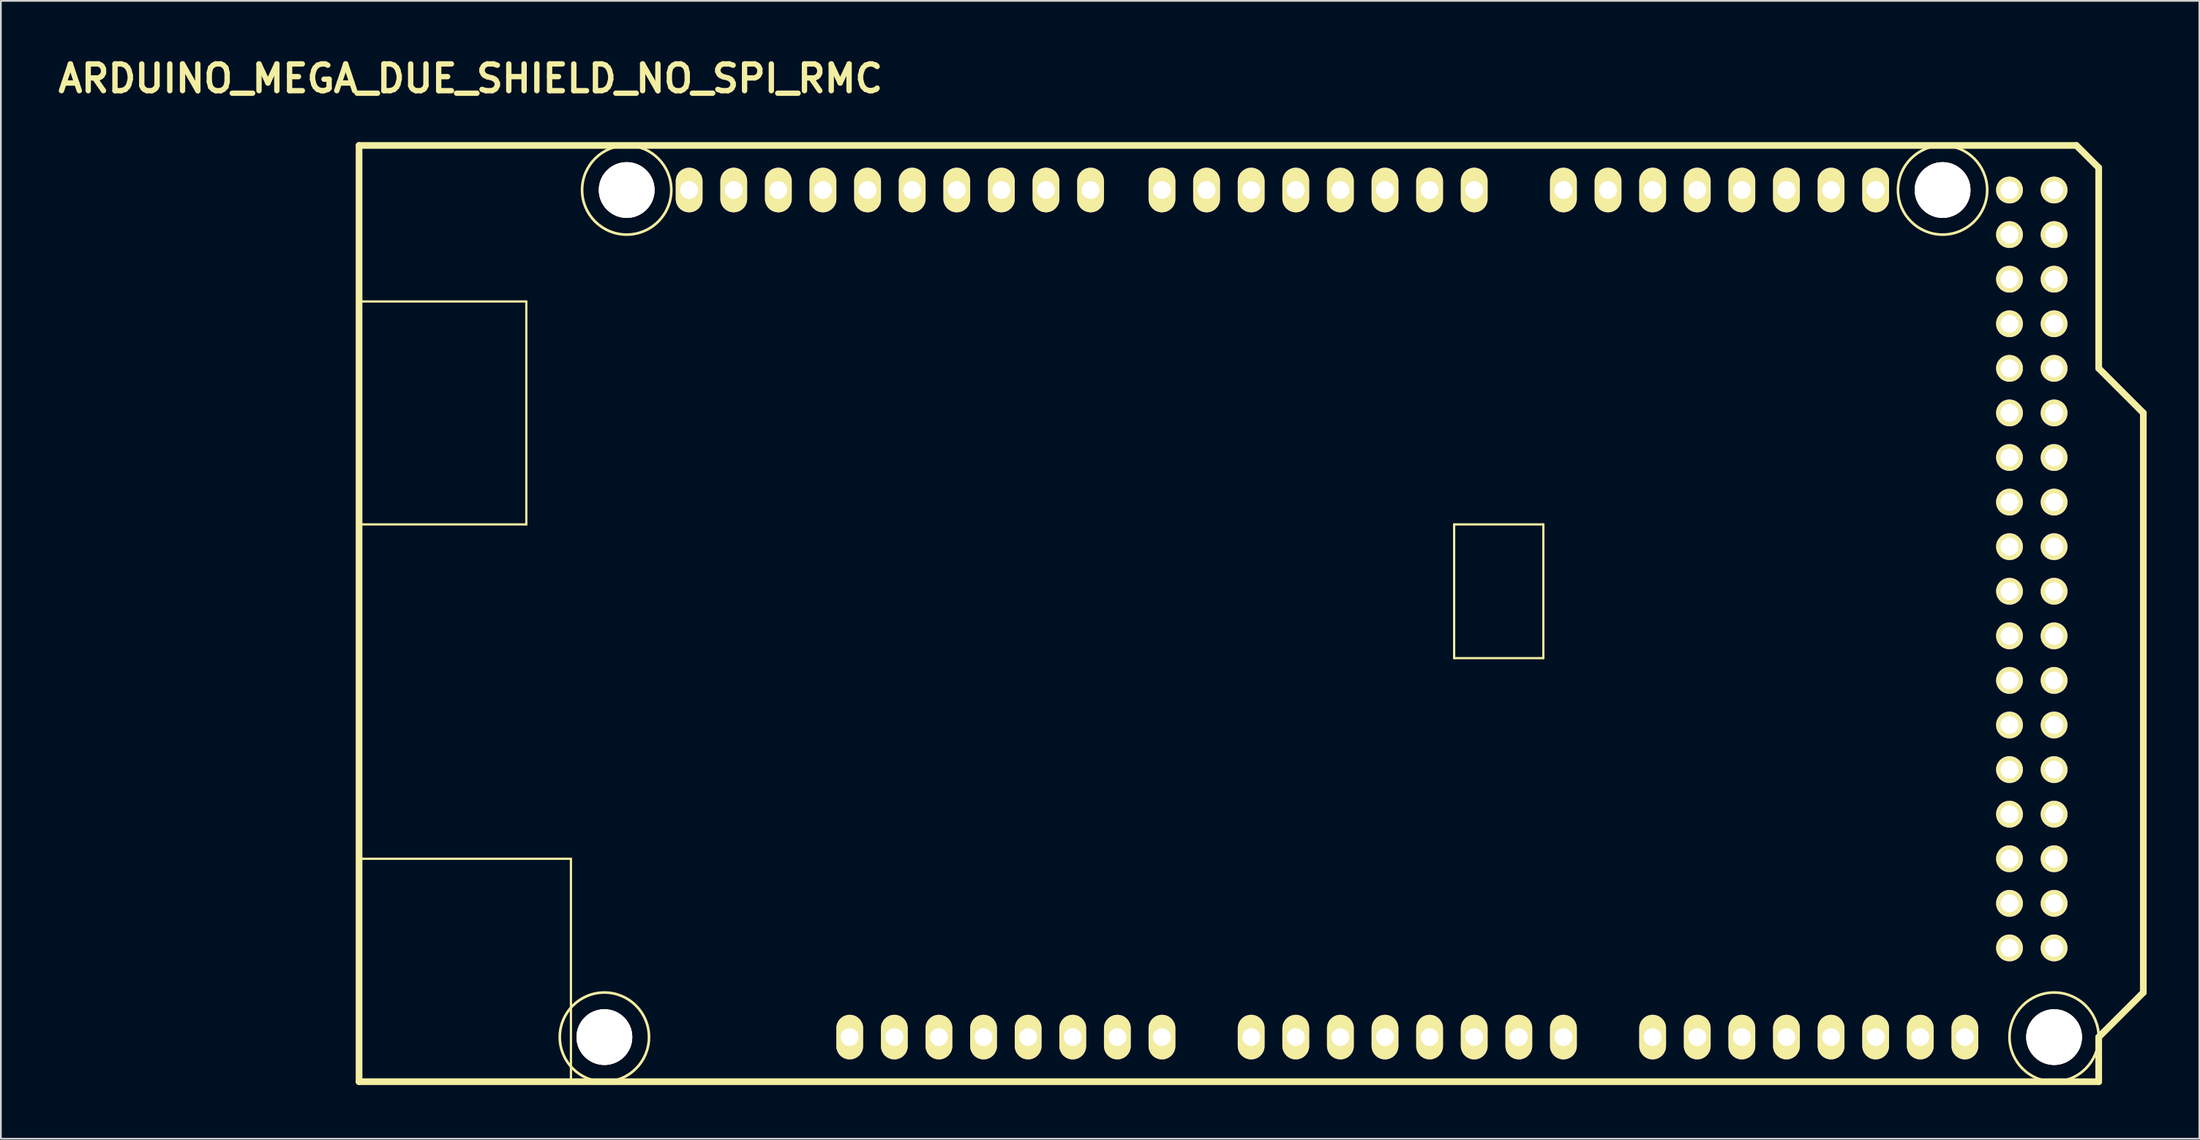
<source format=kicad_pcb>
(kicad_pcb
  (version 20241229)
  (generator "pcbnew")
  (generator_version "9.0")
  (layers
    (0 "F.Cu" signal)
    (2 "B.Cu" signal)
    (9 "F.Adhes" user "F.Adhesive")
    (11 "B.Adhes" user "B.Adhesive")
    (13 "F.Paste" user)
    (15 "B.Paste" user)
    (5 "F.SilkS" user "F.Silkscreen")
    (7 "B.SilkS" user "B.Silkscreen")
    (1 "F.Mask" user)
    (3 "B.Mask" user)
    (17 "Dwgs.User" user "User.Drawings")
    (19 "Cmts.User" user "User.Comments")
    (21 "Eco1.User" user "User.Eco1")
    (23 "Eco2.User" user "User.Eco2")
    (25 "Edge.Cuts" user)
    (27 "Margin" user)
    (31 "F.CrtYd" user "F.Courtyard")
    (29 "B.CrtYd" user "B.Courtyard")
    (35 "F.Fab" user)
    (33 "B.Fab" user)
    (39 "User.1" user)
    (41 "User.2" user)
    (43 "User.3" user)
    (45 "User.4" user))
  (footprint "ARDUINO_MEGA_DUE_SHIELD_NO_SPI_RMC"
    (layer "F.Cu")
    (at 17.395 58.576)
    (property "Reference" "ARDUINO_MEGA_DUE_SHIELD_NO_SPI_RMC" (at 6.35 -57.15 0) (layer "F.SilkS") (effects (font (size 1.524 1.524) (thickness 0.305))))
    (attr through_hole)
    (fp_line (start 0 -44.45) (end 9.525 -44.45) (stroke (width 0.127) (type solid)) (layer "F.SilkS"))
    (fp_line (start 0 -12.7) (end 12.065 -12.7) (stroke (width 0.127) (type solid)) (layer "F.SilkS"))
    (fp_line (start 0 0) (end 0 -53.34) (stroke (width 0.381) (type solid)) (layer "F.SilkS"))
    (fp_line (start 9.525 -44.45) (end 9.525 -31.75) (stroke (width 0.127) (type solid)) (layer "F.SilkS"))
    (fp_line (start 9.525 -31.75) (end 0 -31.75) (stroke (width 0.127) (type solid)) (layer "F.SilkS"))
    (fp_line (start 12.065 -12.7) (end 12.065 0) (stroke (width 0.127) (type solid)) (layer "F.SilkS"))
    (fp_line (start 62.357 -31.75) (end 62.357 -24.13) (stroke (width 0.127) (type solid)) (layer "F.SilkS"))
    (fp_line (start 62.357 -24.13) (end 67.437 -24.13) (stroke (width 0.127) (type solid)) (layer "F.SilkS"))
    (fp_line (start 67.437 -31.75) (end 62.357 -31.75) (stroke (width 0.127) (type solid)) (layer "F.SilkS"))
    (fp_line (start 67.437 -24.13) (end 67.437 -31.75) (stroke (width 0.127) (type solid)) (layer "F.SilkS"))
    (fp_line (start 97.79 -53.34) (end 0 -53.34) (stroke (width 0.381) (type solid)) (layer "F.SilkS"))
    (fp_line (start 99.06 -52.07) (end 97.79 -53.34) (stroke (width 0.381) (type solid)) (layer "F.SilkS"))
    (fp_line (start 99.06 -40.64) (end 99.06 -52.07) (stroke (width 0.381) (type solid)) (layer "F.SilkS"))
    (fp_line (start 99.06 -40.64) (end 101.6 -38.1) (stroke (width 0.381) (type solid)) (layer "F.SilkS"))
    (fp_line (start 99.06 -2.54) (end 99.06 0) (stroke (width 0.381) (type solid)) (layer "F.SilkS"))
    (fp_line (start 99.06 0) (end 0 0) (stroke (width 0.381) (type solid)) (layer "F.SilkS"))
    (fp_line (start 101.6 -38.1) (end 101.6 -5.08) (stroke (width 0.381) (type solid)) (layer "F.SilkS"))
    (fp_line (start 101.6 -5.08) (end 99.06 -2.54) (stroke (width 0.381) (type solid)) (layer "F.SilkS"))
    (fp_circle (center 13.97 -2.54) (end 16.51 -2.54) (stroke (width 0.15) (type solid)) (fill no) (layer "F.SilkS"))
    (fp_circle (center 15.24 -50.8) (end 17.78 -50.8) (stroke (width 0.15) (type solid)) (fill no) (layer "F.SilkS"))
    (fp_circle (center 90.17 -50.8) (end 92.71 -50.8) (stroke (width 0.15) (type solid)) (fill no) (layer "F.SilkS"))
    (fp_circle (center 96.52 -2.54) (end 99.06 -2.54) (stroke (width 0.15) (type solid)) (fill no) (layer "F.SilkS"))
    (pad "" thru_hole circle (at 13.97 -2.54 90) (size 3.175 3.175) (drill 3.175) (layers "*.Cu" "*.Mask" "F.SilkS"))
    (pad "" thru_hole circle (at 15.24 -50.8 90) (size 3.175 3.175) (drill 3.175) (layers "*.Cu" "*.Mask" "F.SilkS"))
    (pad "" thru_hole circle (at 90.17 -50.8 90) (size 3.175 3.175) (drill 3.175) (layers "*.Cu" "*.Mask" "F.SilkS"))
    (pad "" thru_hole circle (at 96.52 -2.54 90) (size 3.175 3.175) (drill 3.175) (layers "*.Cu" "*.Mask" "F.SilkS"))
    (pad "0" thru_hole oval (at 63.5 -50.8 90) (size 2.54 1.524) (drill 1.016) (layers "*.Cu" "*.Mask" "F.SilkS"))
    (pad "1" thru_hole oval (at 60.96 -50.8 90) (size 2.54 1.524) (drill 1.016) (layers "*.Cu" "*.Mask" "F.SilkS"))
    (pad "2" thru_hole oval (at 58.42 -50.8 90) (size 2.54 1.524) (drill 1.016) (layers "*.Cu" "*.Mask" "F.SilkS"))
    (pad "3" thru_hole oval (at 55.88 -50.8 90) (size 2.54 1.524) (drill 1.016) (layers "*.Cu" "*.Mask" "F.SilkS"))
    (pad "3V3" thru_hole oval (at 35.56 -2.54 90) (size 2.54 1.524) (drill 1.016) (layers "*.Cu" "*.Mask" "F.SilkS"))
    (pad "4" thru_hole oval (at 53.34 -50.8 90) (size 2.54 1.524) (drill 1.016) (layers "*.Cu" "*.Mask" "F.SilkS"))
    (pad "5" thru_hole oval (at 50.8 -50.8 90) (size 2.54 1.524) (drill 1.016) (layers "*.Cu" "*.Mask" "F.SilkS"))
    (pad "5V" thru_hole oval (at 38.1 -2.54 90) (size 2.54 1.524) (drill 1.016) (layers "*.Cu" "*.Mask" "F.SilkS"))
    (pad "5V_4" thru_hole circle (at 93.98 -50.8) (size 1.524 1.524) (drill 1.016) (layers "*.Cu" "*.Mask" "F.SilkS"))
    (pad "5V_5" thru_hole circle (at 96.52 -50.8) (size 1.524 1.524) (drill 1.016) (layers "*.Cu" "*.Mask" "F.SilkS"))
    (pad "6" thru_hole oval (at 48.26 -50.8 90) (size 2.54 1.524) (drill 1.016) (layers "*.Cu" "*.Mask" "F.SilkS"))
    (pad "7" thru_hole oval (at 45.72 -50.8 90) (size 2.54 1.524) (drill 1.016) (layers "*.Cu" "*.Mask" "F.SilkS"))
    (pad "8" thru_hole oval (at 41.656 -50.8 90) (size 2.54 1.524) (drill 1.016) (layers "*.Cu" "*.Mask" "F.SilkS"))
    (pad "9" thru_hole oval (at 39.116 -50.8 90) (size 2.54 1.524) (drill 1.016) (layers "*.Cu" "*.Mask" "F.SilkS"))
    (pad "10" thru_hole oval (at 36.576 -50.8 90) (size 2.54 1.524) (drill 1.016) (layers "*.Cu" "*.Mask" "F.SilkS"))
    (pad "11" thru_hole oval (at 34.036 -50.8 90) (size 2.54 1.524) (drill 1.016) (layers "*.Cu" "*.Mask" "F.SilkS"))
    (pad "12" thru_hole oval (at 31.496 -50.8 90) (size 2.54 1.524) (drill 1.016) (layers "*.Cu" "*.Mask" "F.SilkS"))
    (pad "13" thru_hole oval (at 28.956 -50.8 90) (size 2.54 1.524) (drill 1.016) (layers "*.Cu" "*.Mask" "F.SilkS"))
    (pad "14" thru_hole oval (at 68.58 -50.8 90) (size 2.54 1.524) (drill 1.016) (layers "*.Cu" "*.Mask" "F.SilkS"))
    (pad "15" thru_hole oval (at 71.12 -50.8 90) (size 2.54 1.524) (drill 1.016) (layers "*.Cu" "*.Mask" "F.SilkS"))
    (pad "16" thru_hole oval (at 73.66 -50.8 90) (size 2.54 1.524) (drill 1.016) (layers "*.Cu" "*.Mask" "F.SilkS"))
    (pad "17" thru_hole oval (at 76.2 -50.8 90) (size 2.54 1.524) (drill 1.016) (layers "*.Cu" "*.Mask" "F.SilkS"))
    (pad "18" thru_hole oval (at 78.74 -50.8 90) (size 2.54 1.524) (drill 1.016) (layers "*.Cu" "*.Mask" "F.SilkS"))
    (pad "19" thru_hole oval (at 81.28 -50.8 90) (size 2.54 1.524) (drill 1.016) (layers "*.Cu" "*.Mask" "F.SilkS"))
    (pad "20" thru_hole oval (at 83.82 -50.8 90) (size 2.54 1.524) (drill 1.016) (layers "*.Cu" "*.Mask" "F.SilkS"))
    (pad "21" thru_hole oval (at 86.36 -50.8 90) (size 2.54 1.524) (drill 1.016) (layers "*.Cu" "*.Mask" "F.SilkS"))
    (pad "22" thru_hole circle (at 93.98 -48.26) (size 1.524 1.524) (drill 1.016) (layers "*.Cu" "*.Mask" "F.SilkS"))
    (pad "23" thru_hole circle (at 96.52 -48.26) (size 1.524 1.524) (drill 1.016) (layers "*.Cu" "*.Mask" "F.SilkS"))
    (pad "24" thru_hole circle (at 93.98 -45.72) (size 1.524 1.524) (drill 1.016) (layers "*.Cu" "*.Mask" "F.SilkS"))
    (pad "25" thru_hole circle (at 96.52 -45.72) (size 1.524 1.524) (drill 1.016) (layers "*.Cu" "*.Mask" "F.SilkS"))
    (pad "26" thru_hole circle (at 93.98 -43.18) (size 1.524 1.524) (drill 1.016) (layers "*.Cu" "*.Mask" "F.SilkS"))
    (pad "27" thru_hole circle (at 96.52 -43.18) (size 1.524 1.524) (drill 1.016) (layers "*.Cu" "*.Mask" "F.SilkS"))
    (pad "28" thru_hole circle (at 93.98 -40.64) (size 1.524 1.524) (drill 1.016) (layers "*.Cu" "*.Mask" "F.SilkS"))
    (pad "29" thru_hole circle (at 96.52 -40.64) (size 1.524 1.524) (drill 1.016) (layers "*.Cu" "*.Mask" "F.SilkS"))
    (pad "30" thru_hole circle (at 93.98 -38.1) (size 1.524 1.524) (drill 1.016) (layers "*.Cu" "*.Mask" "F.SilkS"))
    (pad "31" thru_hole circle (at 96.52 -38.1) (size 1.524 1.524) (drill 1.016) (layers "*.Cu" "*.Mask" "F.SilkS"))
    (pad "32" thru_hole circle (at 93.98 -35.56) (size 1.524 1.524) (drill 1.016) (layers "*.Cu" "*.Mask" "F.SilkS"))
    (pad "33" thru_hole circle (at 96.52 -35.56) (size 1.524 1.524) (drill 1.016) (layers "*.Cu" "*.Mask" "F.SilkS"))
    (pad "34" thru_hole circle (at 93.98 -33.02) (size 1.524 1.524) (drill 1.016) (layers "*.Cu" "*.Mask" "F.SilkS"))
    (pad "35" thru_hole circle (at 96.52 -33.02) (size 1.524 1.524) (drill 1.016) (layers "*.Cu" "*.Mask" "F.SilkS"))
    (pad "36" thru_hole circle (at 93.98 -30.48) (size 1.524 1.524) (drill 1.016) (layers "*.Cu" "*.Mask" "F.SilkS"))
    (pad "37" thru_hole circle (at 96.52 -30.48) (size 1.524 1.524) (drill 1.016) (layers "*.Cu" "*.Mask" "F.SilkS"))
    (pad "38" thru_hole circle (at 93.98 -27.94) (size 1.524 1.524) (drill 1.016) (layers "*.Cu" "*.Mask" "F.SilkS"))
    (pad "39" thru_hole circle (at 96.52 -27.94) (size 1.524 1.524) (drill 1.016) (layers "*.Cu" "*.Mask" "F.SilkS"))
    (pad "40" thru_hole circle (at 93.98 -25.4) (size 1.524 1.524) (drill 1.016) (layers "*.Cu" "*.Mask" "F.SilkS"))
    (pad "41" thru_hole circle (at 96.52 -25.4) (size 1.524 1.524) (drill 1.016) (layers "*.Cu" "*.Mask" "F.SilkS"))
    (pad "42" thru_hole circle (at 93.98 -22.86) (size 1.524 1.524) (drill 1.016) (layers "*.Cu" "*.Mask" "F.SilkS"))
    (pad "43" thru_hole circle (at 96.52 -22.86) (size 1.524 1.524) (drill 1.016) (layers "*.Cu" "*.Mask" "F.SilkS"))
    (pad "44" thru_hole circle (at 93.98 -20.32) (size 1.524 1.524) (drill 1.016) (layers "*.Cu" "*.Mask" "F.SilkS"))
    (pad "45" thru_hole circle (at 96.52 -20.32) (size 1.524 1.524) (drill 1.016) (layers "*.Cu" "*.Mask" "F.SilkS"))
    (pad "46" thru_hole circle (at 93.98 -17.78) (size 1.524 1.524) (drill 1.016) (layers "*.Cu" "*.Mask" "F.SilkS"))
    (pad "47" thru_hole circle (at 96.52 -17.78) (size 1.524 1.524) (drill 1.016) (layers "*.Cu" "*.Mask" "F.SilkS"))
    (pad "48" thru_hole circle (at 93.98 -15.24) (size 1.524 1.524) (drill 1.016) (layers "*.Cu" "*.Mask" "F.SilkS"))
    (pad "49" thru_hole circle (at 96.52 -15.24) (size 1.524 1.524) (drill 1.016) (layers "*.Cu" "*.Mask" "F.SilkS"))
    (pad "50" thru_hole circle (at 93.98 -12.7) (size 1.524 1.524) (drill 1.016) (layers "*.Cu" "*.Mask" "F.SilkS"))
    (pad "51" thru_hole circle (at 96.52 -12.7) (size 1.524 1.524) (drill 1.016) (layers "*.Cu" "*.Mask" "F.SilkS"))
    (pad "52" thru_hole circle (at 93.98 -10.16) (size 1.524 1.524) (drill 1.016) (layers "*.Cu" "*.Mask" "F.SilkS"))
    (pad "53" thru_hole circle (at 96.52 -10.16) (size 1.524 1.524) (drill 1.016) (layers "*.Cu" "*.Mask" "F.SilkS"))
    (pad "AD0" thru_hole oval (at 50.8 -2.54 90) (size 2.54 1.524) (drill 1.016) (layers "*.Cu" "*.Mask" "F.SilkS"))
    (pad "AD1" thru_hole oval (at 53.34 -2.54 90) (size 2.54 1.524) (drill 1.016) (layers "*.Cu" "*.Mask" "F.SilkS"))
    (pad "AD2" thru_hole oval (at 55.88 -2.54 90) (size 2.54 1.524) (drill 1.016) (layers "*.Cu" "*.Mask" "F.SilkS"))
    (pad "AD3" thru_hole oval (at 58.42 -2.54 90) (size 2.54 1.524) (drill 1.016) (layers "*.Cu" "*.Mask" "F.SilkS"))
    (pad "AD4" thru_hole oval (at 60.96 -2.54 90) (size 2.54 1.524) (drill 1.016) (layers "*.Cu" "*.Mask" "F.SilkS"))
    (pad "AD5" thru_hole oval (at 63.5 -2.54 90) (size 2.54 1.524) (drill 1.016) (layers "*.Cu" "*.Mask" "F.SilkS"))
    (pad "AD6" thru_hole oval (at 66.04 -2.54 90) (size 2.54 1.524) (drill 1.016) (layers "*.Cu" "*.Mask" "F.SilkS"))
    (pad "AD7" thru_hole oval (at 68.58 -2.54 90) (size 2.54 1.524) (drill 1.016) (layers "*.Cu" "*.Mask" "F.SilkS"))
    (pad "AD8" thru_hole oval (at 73.66 -2.54 90) (size 2.54 1.524) (drill 1.016) (layers "*.Cu" "*.Mask" "F.SilkS"))
    (pad "AD9" thru_hole oval (at 76.2 -2.54 90) (size 2.54 1.524) (drill 1.016) (layers "*.Cu" "*.Mask" "F.SilkS"))
    (pad "AD10" thru_hole oval (at 78.74 -2.54 90) (size 2.54 1.524) (drill 1.016) (layers "*.Cu" "*.Mask" "F.SilkS"))
    (pad "AD11" thru_hole oval (at 81.28 -2.54 90) (size 2.54 1.524) (drill 1.016) (layers "*.Cu" "*.Mask" "F.SilkS"))
    (pad "AD12" thru_hole oval (at 83.82 -2.54 90) (size 2.54 1.524) (drill 1.016) (layers "*.Cu" "*.Mask" "F.SilkS"))
    (pad "AD13" thru_hole oval (at 86.36 -2.54 90) (size 2.54 1.524) (drill 1.016) (layers "*.Cu" "*.Mask" "F.SilkS"))
    (pad "AD14" thru_hole oval (at 88.9 -2.54 90) (size 2.54 1.524) (drill 1.016) (layers "*.Cu" "*.Mask" "F.SilkS"))
    (pad "AD15" thru_hole oval (at 91.44 -2.54 90) (size 2.54 1.524) (drill 1.016) (layers "*.Cu" "*.Mask" "F.SilkS"))
    (pad "AREF" thru_hole oval (at 23.876 -50.8 90) (size 2.54 1.524) (drill 1.016) (layers "*.Cu" "*.Mask" "F.SilkS"))
    (pad "GND1" thru_hole oval (at 40.64 -2.54 90) (size 2.54 1.524) (drill 1.016) (layers "*.Cu" "*.Mask" "F.SilkS"))
    (pad "GND2" thru_hole oval (at 43.18 -2.54 90) (size 2.54 1.524) (drill 1.016) (layers "*.Cu" "*.Mask" "F.SilkS"))
    (pad "GND3" thru_hole oval (at 26.416 -50.8 90) (size 2.54 1.524) (drill 1.016) (layers "*.Cu" "*.Mask" "F.SilkS"))
    (pad "GND4" thru_hole circle (at 93.98 -7.62) (size 1.524 1.524) (drill 1.016) (layers "*.Cu" "*.Mask" "F.SilkS"))
    (pad "GND5" thru_hole circle (at 96.52 -7.62) (size 1.524 1.524) (drill 1.016) (layers "*.Cu" "*.Mask" "F.SilkS"))
    (pad "IORF" thru_hole oval (at 30.48 -2.54 90) (size 2.54 1.524) (drill 1.016) (layers "*.Cu" "*.Mask" "F.SilkS"))
    (pad "NC1" thru_hole oval (at 27.94 -2.54 90) (size 2.54 1.524) (drill 1.016) (layers "*.Cu" "*.Mask" "F.SilkS"))
    (pad "RST" thru_hole oval (at 33.02 -2.54 90) (size 2.54 1.524) (drill 1.016) (layers "*.Cu" "*.Mask" "F.SilkS"))
    (pad "SCL1" thru_hole oval (at 18.796 -50.8 90) (size 2.54 1.524) (drill 1.016) (layers "*.Cu" "*.Mask" "F.SilkS"))
    (pad "SDA1" thru_hole oval (at 21.336 -50.8 90) (size 2.54 1.524) (drill 1.016) (layers "*.Cu" "*.Mask" "F.SilkS"))
    (pad "V_IN" thru_hole oval (at 45.72 -2.54 90) (size 2.54 1.524) (drill 1.016) (layers "*.Cu" "*.Mask" "F.SilkS")))
  (gr_rect
    (start -3 -3)
    (end 122.186 61.826)
    (stroke (width 0.1) (type default))
    (fill no)
    (layer "Edge.Cuts")))
</source>
